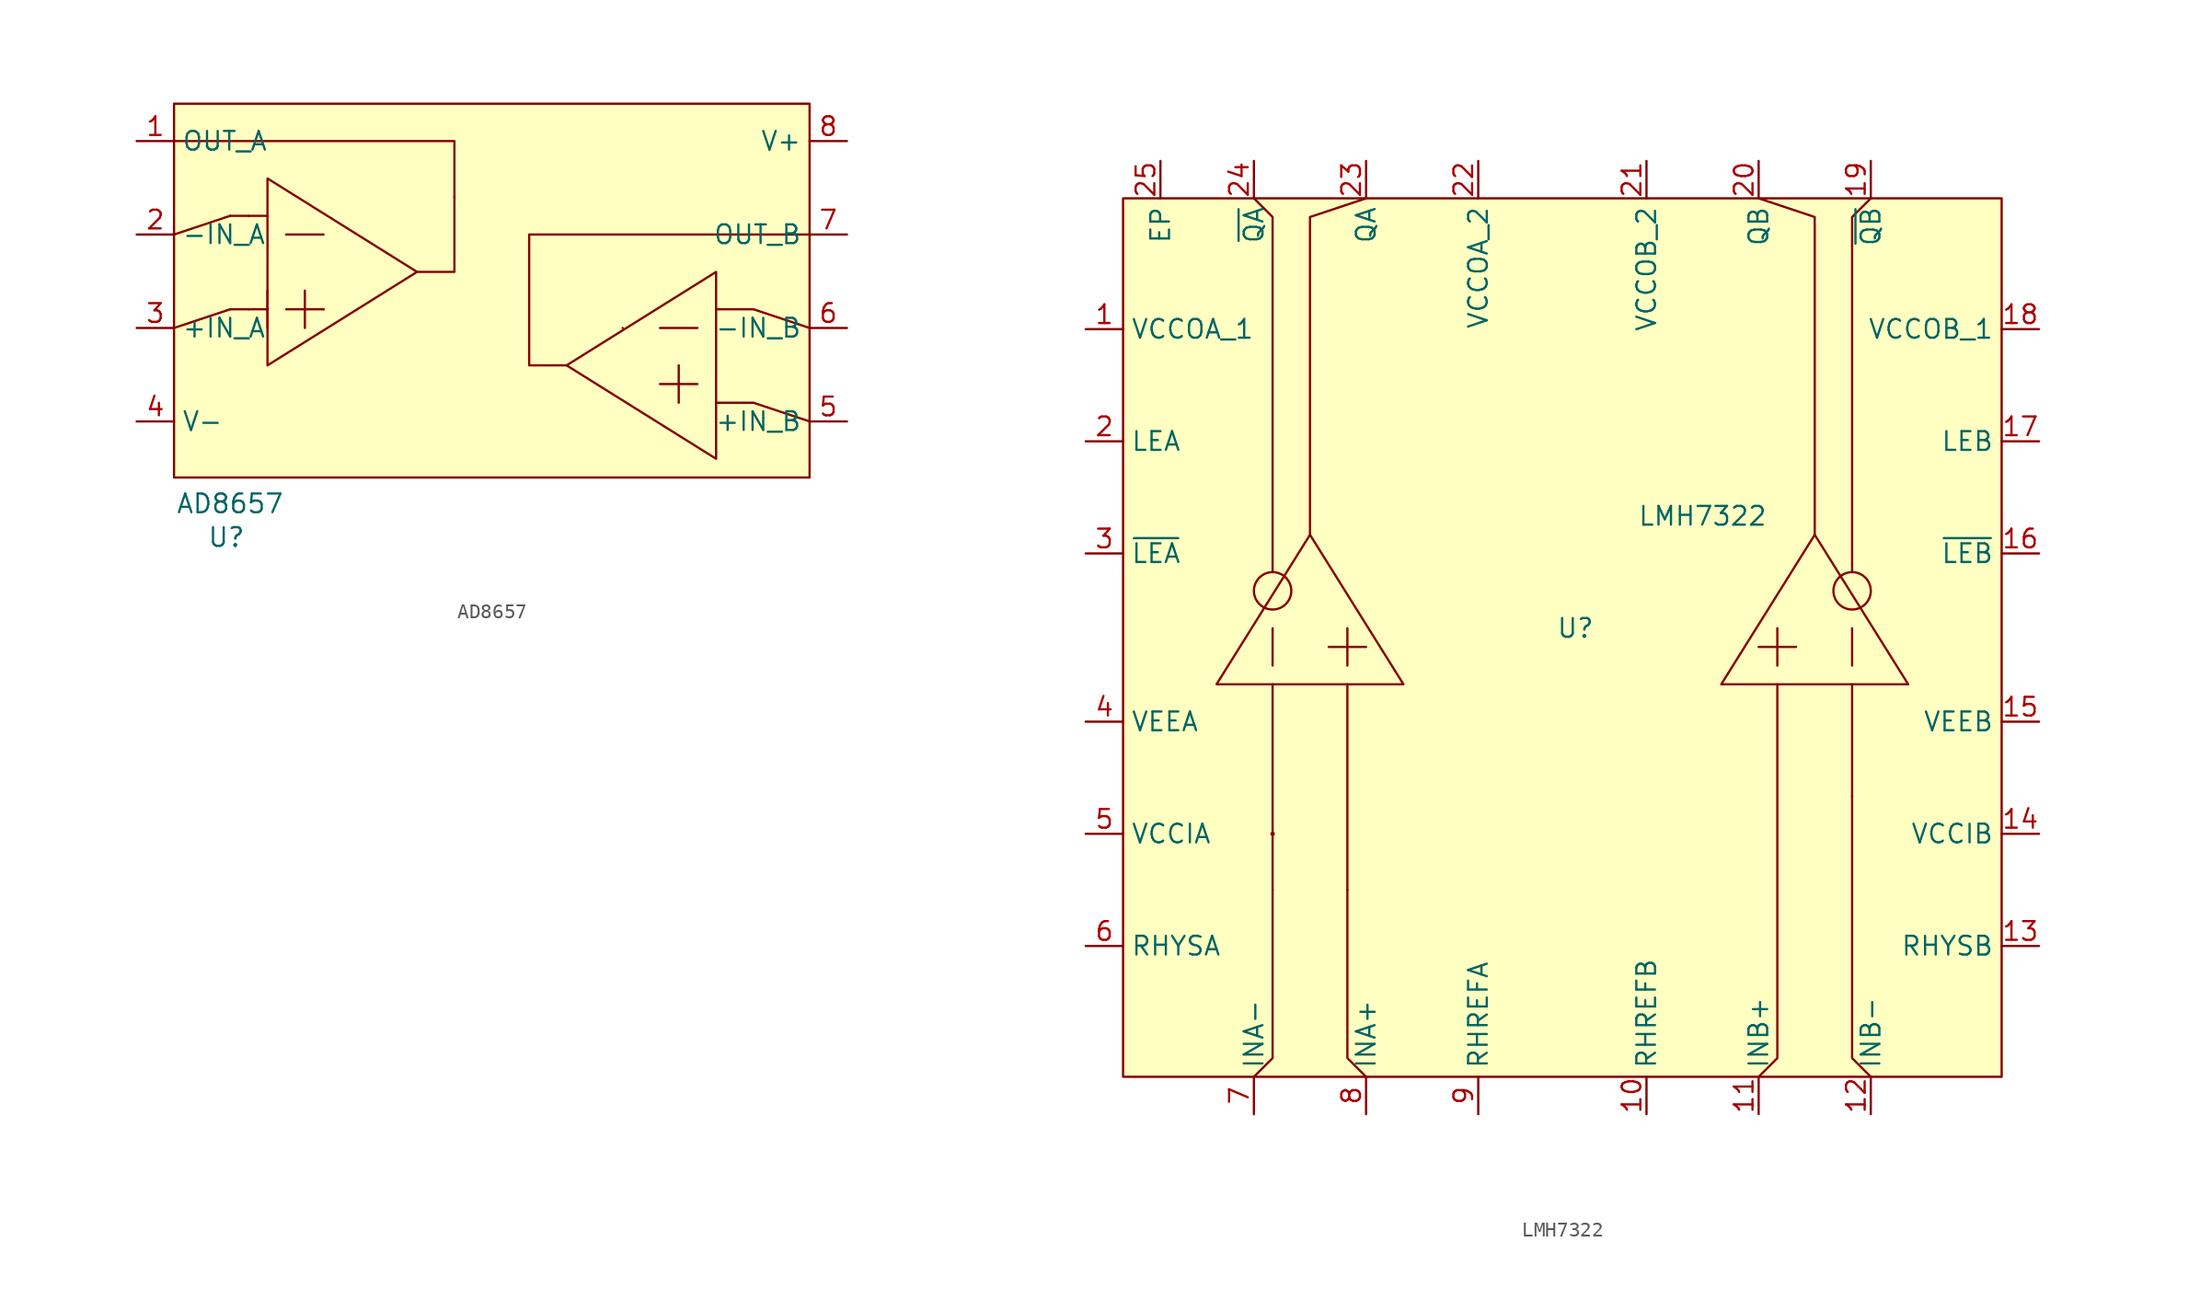
<source format=kicad_sym>
(kicad_symbol_lib
  (version 20231120)
  (generator "kicad_symbol_editor")
  (generator_version "8.0")
  (symbol "AD8657"
    (property "Reference" "U"
      (at 9.906 3.556 0)
      (effects (font (size 1.27 1.27))))
    (property "Value" "AD8657"
      (at 10.16 5.842 0)
      (effects (font (size 1.27 1.27))))
    (symbol "AD8657_0_1"
      (polyline (pts (xy 12.7 17.78) (xy 12.7 20.32)) (stroke (width 0) (type default)) (fill (type none)))
      (polyline (pts (xy 13.97 19.05) (xy 16.51 19.05)) (stroke (width 0) (type default)) (fill (type none)))
      (polyline (pts (xy 13.97 24.13) (xy 16.51 24.13)) (stroke (width 0) (type default)) (fill (type none)))
      (polyline (pts (xy 15.24 20.32) (xy 15.24 17.78)) (stroke (width 0) (type default)) (fill (type none)))
      (polyline (pts (xy 16.51 19.05) (xy 16.51 19.05)) (stroke (width 0) (type default)) (fill (type none)))
      (polyline (pts (xy 36.83 17.78) (xy 36.83 17.78)) (stroke (width 0) (type default)) (fill (type none)))
      (polyline (pts (xy 39.37 13.97) (xy 41.91 13.97)) (stroke (width 0) (type default)) (fill (type none)))
      (polyline (pts (xy 39.37 17.78) (xy 41.91 17.78)) (stroke (width 0) (type default)) (fill (type none)))
      (polyline (pts (xy 40.64 15.24) (xy 40.64 12.7)) (stroke (width 0) (type default)) (fill (type none))))
    (symbol "AD8657_1_1"
      (polyline (pts (xy 6.35 17.78) (xy 10.16 19.05)) (stroke (width 0) (type default)) (fill (type none)))
      (polyline (pts (xy 10.16 25.4) (xy 6.35 24.13)) (stroke (width 0) (type default)) (fill (type none)))
      (polyline (pts (xy 11.43 19.05) (xy 10.16 19.05)) (stroke (width 0) (type default)) (fill (type none)))
      (polyline (pts (xy 11.43 19.05) (xy 12.7 19.05)) (stroke (width 0) (type default)) (fill (type none)))
      (polyline (pts (xy 11.43 25.4) (xy 10.16 25.4)) (stroke (width 0) (type default)) (fill (type none)))
      (polyline (pts (xy 11.43 25.4) (xy 12.7 25.4)) (stroke (width 0) (type default)) (fill (type none)))
      (polyline (pts (xy 22.86 21.59) (xy 25.4 21.59) (xy 25.4 26.67)) (stroke (width 0) (type default)) (fill (type none)))
      (polyline (pts (xy 25.4 26.67) (xy 25.4 30.48) (xy 6.35 30.48)) (stroke (width 0) (type default)) (fill (type none)))
      (polyline (pts (xy 49.53 11.43) (xy 45.72 12.7) (xy 43.18 12.7)) (stroke (width 0) (type default)) (fill (type none)))
      (polyline (pts (xy 49.53 17.78) (xy 45.72 19.05) (xy 43.18 19.05)) (stroke (width 0) (type default)) (fill (type none)))
      (polyline (pts (xy 12.7 15.24) (xy 12.7 27.94) (xy 22.86 21.59) (xy 12.7 15.24)) (stroke (width 0) (type default)) (fill (type none)))
      (polyline (pts (xy 33.02 15.24) (xy 30.48 15.24) (xy 30.48 24.13) (xy 49.53 24.13)) (stroke (width 0) (type default)) (fill (type none)))
      (polyline (pts (xy 43.18 21.59) (xy 43.18 8.89) (xy 33.02 15.24) (xy 43.18 21.59)) (stroke (width 0) (type default)) (fill (type none)))
      (rectangle (start 6.35 33.02) (end 49.53 7.62) (stroke (width 0) (type default)) (fill (type background)))
      (pin output line (at 3.81 30.48 0) (length 2.54) (name "OUT_A" (effects (font (size 1.27 1.27)))) (number "1" (effects (font (size 1.27 1.27)))))
      (pin input line (at 3.81 24.13 0) (length 2.54) (name "-IN_A" (effects (font (size 1.27 1.27)))) (number "2" (effects (font (size 1.27 1.27)))))
      (pin input line (at 3.81 17.78 0) (length 2.54) (name "+IN_A" (effects (font (size 1.27 1.27)))) (number "3" (effects (font (size 1.27 1.27)))))
      (pin input line (at 3.81 11.43 0) (length 2.54) (name "V-" (effects (font (size 1.27 1.27)))) (number "4" (effects (font (size 1.27 1.27)))))
      (pin input line (at 52.07 11.43 180) (length 2.54) (name "+IN_B" (effects (font (size 1.27 1.27)))) (number "5" (effects (font (size 1.27 1.27)))))
      (pin input line (at 52.07 17.78 180) (length 2.54) (name "-IN_B" (effects (font (size 1.27 1.27)))) (number "6" (effects (font (size 1.27 1.27)))))
      (pin input line (at 52.07 24.13 180) (length 2.54) (name "OUT_B" (effects (font (size 1.27 1.27)))) (number "7" (effects (font (size 1.27 1.27)))))
      (pin input line (at 52.07 30.48 180) (length 2.54) (name "V+" (effects (font (size 1.27 1.27)))) (number "8" (effects (font (size 1.27 1.27)))))))
  (symbol "LMH7322"
    (property "Reference" "U"
      (at 11.684 8.89 0)
      (effects (font (size 1.27 1.27))))
    (property "Value" "LMH7322"
      (at 20.32 16.51 0)
      (effects (font (size 1.27 1.27))))
    (symbol "LMH7322_0_1"
      (circle (center -8.89 -5.08) (radius 0.0001) (stroke (width 0) (type default)) (fill (type none)))
      (circle (center -8.89 11.43) (radius 1.27) (stroke (width 0) (type default)) (fill (type none)))
      (polyline (pts (xy -8.89 -8.89) (xy -8.89 5.08)) (stroke (width 0) (type default)) (fill (type none)))
      (polyline (pts (xy -8.89 8.89) (xy -8.89 6.35)) (stroke (width 0) (type default)) (fill (type none)))
      (polyline (pts (xy -3.81 -8.89) (xy -3.81 5.08)) (stroke (width 0) (type default)) (fill (type none)))
      (polyline (pts (xy -3.81 8.89) (xy -3.81 6.35)) (stroke (width 0) (type default)) (fill (type none)))
      (polyline (pts (xy -2.54 7.62) (xy -5.08 7.62)) (stroke (width 0) (type default)) (fill (type none)))
      (polyline (pts (xy 25.4 8.89) (xy 25.4 6.35)) (stroke (width 0) (type default)) (fill (type none)))
      (polyline (pts (xy 26.67 7.62) (xy 24.13 7.62)) (stroke (width 0) (type default)) (fill (type none)))
      (polyline (pts (xy 30.48 -2.54) (xy 30.48 -2.54)) (stroke (width 0) (type default)) (fill (type none)))
      (polyline (pts (xy 30.48 8.89) (xy 30.48 6.35)) (stroke (width 0) (type default)) (fill (type none)))
      (polyline (pts (xy -8.89 -8.89) (xy -8.89 -20.32) (xy -10.16 -21.59)) (stroke (width 0) (type default)) (fill (type none)))
      (polyline (pts (xy -8.89 12.7) (xy -8.89 36.83) (xy -10.16 38.1)) (stroke (width 0) (type default)) (fill (type none)))
      (polyline (pts (xy -6.35 15.24) (xy -6.35 36.83) (xy -2.54 38.1)) (stroke (width 0) (type default)) (fill (type none)))
      (polyline (pts (xy -3.81 -8.89) (xy -3.81 -20.32) (xy -2.54 -21.59)) (stroke (width 0) (type default)) (fill (type none)))
      (polyline (pts (xy 27.94 15.24) (xy 27.94 36.83) (xy 24.13 38.1)) (stroke (width 0) (type default)) (fill (type none)))
      (polyline (pts (xy 30.48 12.7) (xy 30.48 36.83) (xy 31.75 38.1)) (stroke (width 0) (type default)) (fill (type none)))
      (circle (center 30.48 11.43) (radius 1.27) (stroke (width 0) (type default)) (fill (type none))))
    (symbol "LMH7322_1_1"
      (rectangle (start -19.05 38.1) (end 40.64 -21.59) (stroke (width 0) (type default)) (fill (type background)))
      (polyline (pts (xy 0 5.08) (xy -12.7 5.08) (xy -6.35 15.24) (xy 0 5.08)) (stroke (width 0) (type default)) (fill (type none)))
      (polyline (pts (xy 24.13 -21.59) (xy 25.4 -20.32) (xy 25.4 -16.51) (xy 25.4 5.08)) (stroke (width 0) (type default)) (fill (type background)))
      (polyline (pts (xy 30.48 5.08) (xy 30.48 -16.51) (xy 30.48 -20.32) (xy 31.75 -21.59)) (stroke (width 0) (type default)) (fill (type background)))
      (polyline (pts (xy 34.29 5.08) (xy 21.59 5.08) (xy 27.94 15.24) (xy 34.29 5.08)) (stroke (width 0) (type default)) (fill (type background)))
      (pin input line (at -21.59 29.21 0) (length 2.54) (name "VCCOA_1" (effects (font (size 1.27 1.27)))) (number "1" (effects (font (size 1.27 1.27)))))
      (pin input line (at 16.51 -24.13 90) (length 2.54) (name "RHREFB" (effects (font (size 1.27 1.27)))) (number "10" (effects (font (size 1.27 1.27)))))
      (pin input line (at 24.13 -24.13 90) (length 2.54) (name "INB+" (effects (font (size 1.27 1.27)))) (number "11" (effects (font (size 1.27 1.27)))))
      (pin input line (at 31.75 -24.13 90) (length 2.54) (name "INB-" (effects (font (size 1.27 1.27)))) (number "12" (effects (font (size 1.27 1.27)))))
      (pin input line (at 43.18 -12.7 180) (length 2.54) (name "RHYSB" (effects (font (size 1.27 1.27)))) (number "13" (effects (font (size 1.27 1.27)))))
      (pin input line (at 43.18 -5.08 180) (length 2.54) (name "VCCIB" (effects (font (size 1.27 1.27)))) (number "14" (effects (font (size 1.27 1.27)))))
      (pin input line (at 43.18 2.54 180) (length 2.54) (name "VEEB" (effects (font (size 1.27 1.27)))) (number "15" (effects (font (size 1.27 1.27)))))
      (pin input line (at 43.18 13.97 180) (length 2.54) (name "~{LEB}" (effects (font (size 1.27 1.27)))) (number "16" (effects (font (size 1.27 1.27)))))
      (pin input line (at 43.18 21.59 180) (length 2.54) (name "LEB" (effects (font (size 1.27 1.27)))) (number "17" (effects (font (size 1.27 1.27)))))
      (pin input line (at 43.18 29.21 180) (length 2.54) (name "VCCOB_1" (effects (font (size 1.27 1.27)))) (number "18" (effects (font (size 1.27 1.27)))))
      (pin output line (at 31.75 40.64 270) (length 2.54) (name "~{QB}" (effects (font (size 1.27 1.27)))) (number "19" (effects (font (size 1.27 1.27)))))
      (pin input line (at -21.59 21.59 0) (length 2.54) (name "LEA" (effects (font (size 1.27 1.27)))) (number "2" (effects (font (size 1.27 1.27)))))
      (pin output line (at 24.13 40.64 270) (length 2.54) (name "QB" (effects (font (size 1.27 1.27)))) (number "20" (effects (font (size 1.27 1.27)))))
      (pin input line (at 16.51 40.64 270) (length 2.54) (name "VCCOB_2" (effects (font (size 1.27 1.27)))) (number "21" (effects (font (size 1.27 1.27)))))
      (pin input line (at 5.08 40.64 270) (length 2.54) (name "VCCOA_2" (effects (font (size 1.27 1.27)))) (number "22" (effects (font (size 1.27 1.27)))))
      (pin output line (at -2.54 40.64 270) (length 2.54) (name "QA" (effects (font (size 1.27 1.27)))) (number "23" (effects (font (size 1.27 1.27)))))
      (pin output line (at -10.16 40.64 270) (length 2.54) (name "~{QA}" (effects (font (size 1.27 1.27)))) (number "24" (effects (font (size 1.27 1.27)))))
      (pin passive line (at -16.51 40.64 270) (length 2.54) (name "EP" (effects (font (size 1.27 1.27)))) (number "25" (effects (font (size 1.27 1.27)))))
      (pin input line (at -21.59 13.97 0) (length 2.54) (name "~{LEA}" (effects (font (size 1.27 1.27)))) (number "3" (effects (font (size 1.27 1.27)))))
      (pin input line (at -21.59 2.54 0) (length 2.54) (name "VEEA" (effects (font (size 1.27 1.27)))) (number "4" (effects (font (size 1.27 1.27)))))
      (pin input line (at -21.59 -5.08 0) (length 2.54) (name "VCCIA" (effects (font (size 1.27 1.27)))) (number "5" (effects (font (size 1.27 1.27)))))
      (pin input line (at -21.59 -12.7 0) (length 2.54) (name "RHYSA" (effects (font (size 1.27 1.27)))) (number "6" (effects (font (size 1.27 1.27)))))
      (pin input line (at -10.16 -24.13 90) (length 2.54) (name "INA-" (effects (font (size 1.27 1.27)))) (number "7" (effects (font (size 1.27 1.27)))))
      (pin input line (at -2.54 -24.13 90) (length 2.54) (name "INA+" (effects (font (size 1.27 1.27)))) (number "8" (effects (font (size 1.27 1.27)))))
      (pin input line (at 5.08 -24.13 90) (length 2.54) (name "RHREFA" (effects (font (size 1.27 1.27)))) (number "9" (effects (font (size 1.27 1.27))))))))
</source>
